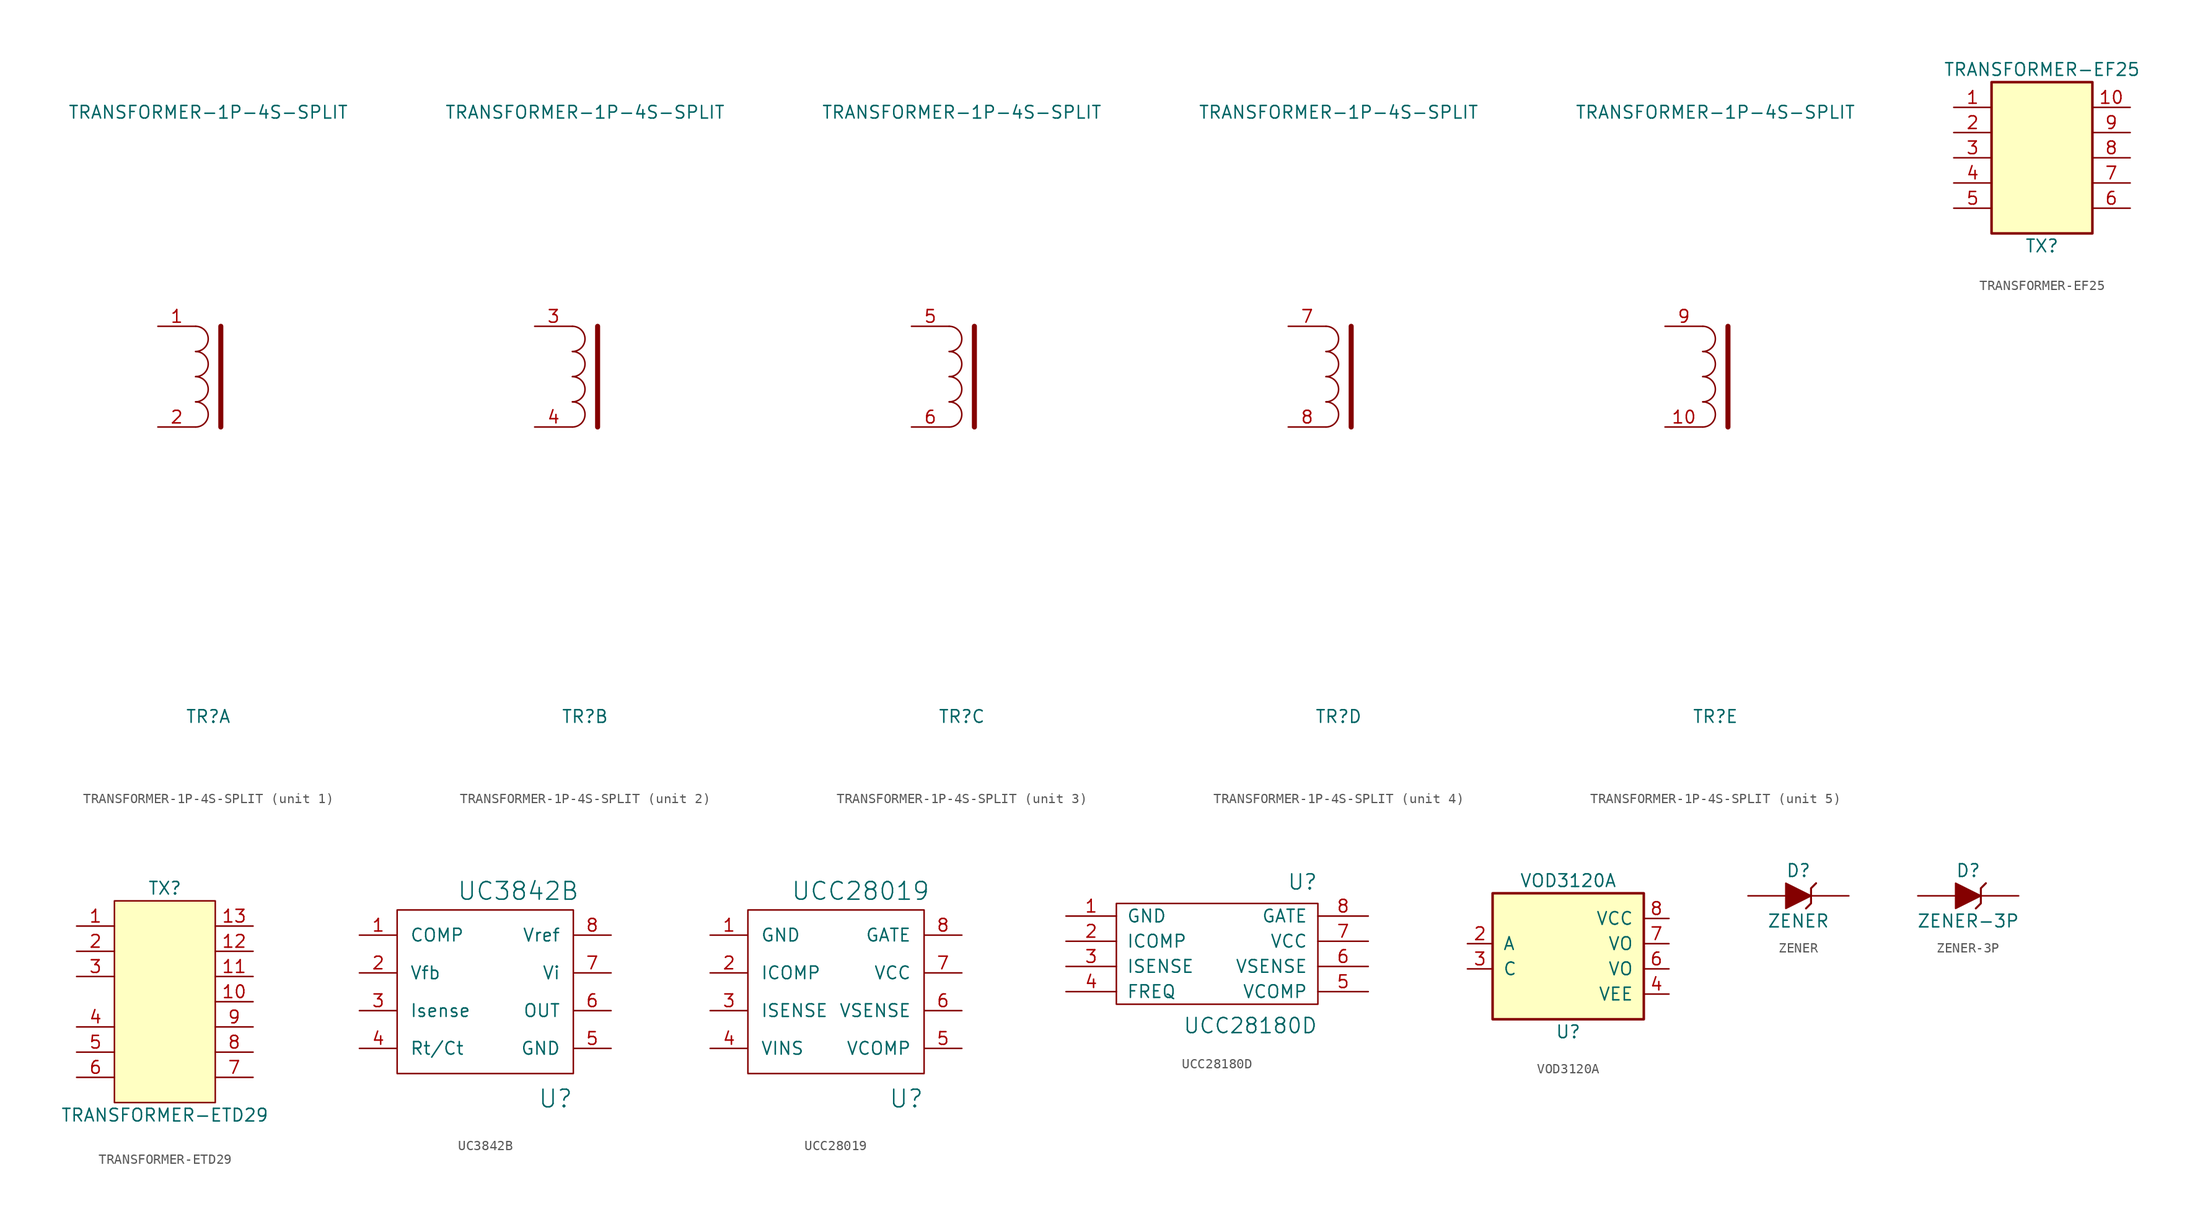
<source format=kicad_sym>
(kicad_symbol_lib
  (version 20211014)
  (generator kicad_symbol_editor)
  (symbol "TRANSFORMER-1P-4S-SPLIT"
    (pin_names
      (offset 1.016))
    (property "Reference" "TR"
      (at 0 -34.29 0)
      (effects (font (size 1.27 1.27))))
    (property "Value" "TRANSFORMER-1P-4S-SPLIT"
      (at 0 26.67 0)
      (effects (font (size 1.27 1.27))))
    (symbol "TRANSFORMER-1P-4S-SPLIT_0_1"
      (arc (start -1.27 -5.08) (mid 0 -3.81) (end -1.27 -2.54) (stroke (width 0) (type default) (color 0 0 0 0)) (fill (type none)))
      (arc (start -1.27 -2.54) (mid 0 -1.27) (end -1.27 0) (stroke (width 0) (type default) (color 0 0 0 0)) (fill (type none)))
      (arc (start -1.27 0) (mid 0 1.27) (end -1.27 2.54) (stroke (width 0) (type default) (color 0 0 0 0)) (fill (type none)))
      (arc (start -1.27 2.54) (mid 0 3.81) (end -1.27 5.08) (stroke (width 0) (type default) (color 0 0 0 0)) (fill (type none)))
      (polyline (pts (xy 1.27 5.08) (xy 1.27 -5.08)) (stroke (width 0.508) (type default) (color 0 0 0 0)) (fill (type none))))
    (symbol "TRANSFORMER-1P-4S-SPLIT_1_1"
      (pin passive line (at -5.08 5.08 0) (length 3.81) (name "~" (effects (font (size 1.27 1.27)))) (number "1" (effects (font (size 1.27 1.27)))))
      (pin passive line (at -5.08 -5.08 0) (length 3.81) (name "~" (effects (font (size 1.27 1.27)))) (number "2" (effects (font (size 1.27 1.27))))))
    (symbol "TRANSFORMER-1P-4S-SPLIT_2_1"
      (pin passive line (at -5.08 5.08 0) (length 3.81) (name "~" (effects (font (size 1.27 1.27)))) (number "3" (effects (font (size 1.27 1.27)))))
      (pin passive line (at -5.08 -5.08 0) (length 3.81) (name "~" (effects (font (size 1.27 1.27)))) (number "4" (effects (font (size 1.27 1.27))))))
    (symbol "TRANSFORMER-1P-4S-SPLIT_3_1"
      (pin passive line (at -5.08 5.08 0) (length 3.81) (name "~" (effects (font (size 1.27 1.27)))) (number "5" (effects (font (size 1.27 1.27)))))
      (pin passive line (at -5.08 -5.08 0) (length 3.81) (name "~" (effects (font (size 1.27 1.27)))) (number "6" (effects (font (size 1.27 1.27))))))
    (symbol "TRANSFORMER-1P-4S-SPLIT_4_1"
      (pin passive line (at -5.08 5.08 0) (length 3.81) (name "~" (effects (font (size 1.27 1.27)))) (number "7" (effects (font (size 1.27 1.27)))))
      (pin passive line (at -5.08 -5.08 0) (length 3.81) (name "~" (effects (font (size 1.27 1.27)))) (number "8" (effects (font (size 1.27 1.27))))))
    (symbol "TRANSFORMER-1P-4S-SPLIT_5_1"
      (pin passive line (at -5.08 -5.08 0) (length 3.81) (name "~" (effects (font (size 1.27 1.27)))) (number "10" (effects (font (size 1.27 1.27)))))
      (pin passive line (at -5.08 5.08 0) (length 3.81) (name "~" (effects (font (size 1.27 1.27)))) (number "9" (effects (font (size 1.27 1.27)))))))
  (symbol "TRANSFORMER-EF25"
    (pin_names
      (offset 1.016))
    (property "Reference" "TX"
      (at 0 -8.89 0)
      (effects (font (size 1.27 1.27))))
    (property "Value" "TRANSFORMER-EF25"
      (at 0 8.89 0)
      (effects (font (size 1.27 1.27))))
    (symbol "TRANSFORMER-EF25_0_1"
      (rectangle (start -5.08 7.62) (end 5.08 -7.62) (stroke (width 0.254) (type default) (color 0 0 0 0)) (fill (type background))))
    (symbol "TRANSFORMER-EF25_1_1"
      (pin passive line (at -8.89 5.08 0) (length 3.81) (name "~" (effects (font (size 1.27 1.27)))) (number "1" (effects (font (size 1.27 1.27)))))
      (pin passive line (at 8.89 5.08 180) (length 3.81) (name "~" (effects (font (size 1.27 1.27)))) (number "10" (effects (font (size 1.27 1.27)))))
      (pin passive line (at -8.89 2.54 0) (length 3.81) (name "~" (effects (font (size 1.27 1.27)))) (number "2" (effects (font (size 1.27 1.27)))))
      (pin passive line (at -8.89 0 0) (length 3.81) (name "~" (effects (font (size 1.27 1.27)))) (number "3" (effects (font (size 1.27 1.27)))))
      (pin passive line (at -8.89 -2.54 0) (length 3.81) (name "~" (effects (font (size 1.27 1.27)))) (number "4" (effects (font (size 1.27 1.27)))))
      (pin passive line (at -8.89 -5.08 0) (length 3.81) (name "~" (effects (font (size 1.27 1.27)))) (number "5" (effects (font (size 1.27 1.27)))))
      (pin passive line (at 8.89 -5.08 180) (length 3.81) (name "~" (effects (font (size 1.27 1.27)))) (number "6" (effects (font (size 1.27 1.27)))))
      (pin passive line (at 8.89 -2.54 180) (length 3.81) (name "~" (effects (font (size 1.27 1.27)))) (number "7" (effects (font (size 1.27 1.27)))))
      (pin passive line (at 8.89 0 180) (length 3.81) (name "~" (effects (font (size 1.27 1.27)))) (number "8" (effects (font (size 1.27 1.27)))))
      (pin passive line (at 8.89 2.54 180) (length 3.81) (name "~" (effects (font (size 1.27 1.27)))) (number "9" (effects (font (size 1.27 1.27)))))))
  (symbol "TRANSFORMER-ETD29"
    (pin_names
      (offset 1.016))
    (property "Reference" "TX"
      (at 0 11.43 0)
      (effects (font (size 1.27 1.27))))
    (property "Value" "TRANSFORMER-ETD29"
      (at 0 -11.43 0)
      (effects (font (size 1.27 1.27))))
    (symbol "TRANSFORMER-ETD29_0_1"
      (rectangle (start -5.08 10.16) (end 5.08 -10.16) (stroke (width 0) (type default) (color 0 0 0 0)) (fill (type background))))
    (symbol "TRANSFORMER-ETD29_1_1"
      (pin passive line (at -8.89 7.62 0) (length 3.81) (name "~" (effects (font (size 1.27 1.27)))) (number "1" (effects (font (size 1.27 1.27)))))
      (pin passive line (at 8.89 0 180) (length 3.81) (name "~" (effects (font (size 1.27 1.27)))) (number "10" (effects (font (size 1.27 1.27)))))
      (pin passive line (at 8.89 2.54 180) (length 3.81) (name "~" (effects (font (size 1.27 1.27)))) (number "11" (effects (font (size 1.27 1.27)))))
      (pin passive line (at 8.89 5.08 180) (length 3.81) (name "~" (effects (font (size 1.27 1.27)))) (number "12" (effects (font (size 1.27 1.27)))))
      (pin passive line (at 8.89 7.62 180) (length 3.81) (name "~" (effects (font (size 1.27 1.27)))) (number "13" (effects (font (size 1.27 1.27)))))
      (pin passive line (at -8.89 5.08 0) (length 3.81) (name "~" (effects (font (size 1.27 1.27)))) (number "2" (effects (font (size 1.27 1.27)))))
      (pin passive line (at -8.89 2.54 0) (length 3.81) (name "~" (effects (font (size 1.27 1.27)))) (number "3" (effects (font (size 1.27 1.27)))))
      (pin passive line (at -8.89 -2.54 0) (length 3.81) (name "~" (effects (font (size 1.27 1.27)))) (number "4" (effects (font (size 1.27 1.27)))))
      (pin passive line (at -8.89 -5.08 0) (length 3.81) (name "~" (effects (font (size 1.27 1.27)))) (number "5" (effects (font (size 1.27 1.27)))))
      (pin passive line (at -8.89 -7.62 0) (length 3.81) (name "~" (effects (font (size 1.27 1.27)))) (number "6" (effects (font (size 1.27 1.27)))))
      (pin passive line (at 8.89 -7.62 180) (length 3.81) (name "~" (effects (font (size 1.27 1.27)))) (number "7" (effects (font (size 1.27 1.27)))))
      (pin passive line (at 8.89 -5.08 180) (length 3.81) (name "~" (effects (font (size 1.27 1.27)))) (number "8" (effects (font (size 1.27 1.27)))))
      (pin passive line (at 8.89 -2.54 180) (length 3.81) (name "~" (effects (font (size 1.27 1.27)))) (number "9" (effects (font (size 1.27 1.27)))))))
  (symbol "UC3842B"
    (pin_names
      (offset 1.27))
    (property "Reference" "U"
      (at 8.89 -11.43 0)
      (effects (font (size 1.778 1.778)) (justify right)))
    (property "Value" "UC3842B"
      (at 9.525 9.525 0)
      (effects (font (size 1.778 1.778)) (justify right)))
    (property "Footprint" ""
      (at 0 0 0)
      (effects (font (size 1.524 1.524))))
    (property "Datasheet" ""
      (at 0 0 0)
      (effects (font (size 1.524 1.524))))
    (symbol "UC3842B_0_1"
      (rectangle (start -8.89 -8.89) (end 8.89 7.62) (stroke (width 0) (type default) (color 0 0 0 0)) (fill (type none))))
    (symbol "UC3842B_1_1"
      (pin input line (at -12.7 5.08 0) (length 3.81) (name "COMP" (effects (font (size 1.27 1.27)))) (number "1" (effects (font (size 1.27 1.27)))))
      (pin input line (at -12.7 1.27 0) (length 3.81) (name "Vfb" (effects (font (size 1.27 1.27)))) (number "2" (effects (font (size 1.27 1.27)))))
      (pin input line (at -12.7 -2.54 0) (length 3.81) (name "Isense" (effects (font (size 1.27 1.27)))) (number "3" (effects (font (size 1.27 1.27)))))
      (pin input line (at -12.7 -6.35 0) (length 3.81) (name "Rt/Ct" (effects (font (size 1.27 1.27)))) (number "4" (effects (font (size 1.27 1.27)))))
      (pin passive line (at 12.7 -6.35 180) (length 3.81) (name "GND" (effects (font (size 1.27 1.27)))) (number "5" (effects (font (size 1.27 1.27)))))
      (pin power_in line (at 12.7 -2.54 180) (length 3.81) (name "OUT" (effects (font (size 1.27 1.27)))) (number "6" (effects (font (size 1.27 1.27)))))
      (pin output line (at 12.7 1.27 180) (length 3.81) (name "Vi" (effects (font (size 1.27 1.27)))) (number "7" (effects (font (size 1.27 1.27)))))
      (pin power_in line (at 12.7 5.08 180) (length 3.81) (name "Vref" (effects (font (size 1.27 1.27)))) (number "8" (effects (font (size 1.27 1.27)))))))
  (symbol "UCC28019"
    (pin_names
      (offset 1.27))
    (property "Reference" "U"
      (at 8.89 -11.43 0)
      (effects (font (size 1.778 1.778)) (justify right)))
    (property "Value" "UCC28019"
      (at 9.525 9.525 0)
      (effects (font (size 1.778 1.778)) (justify right)))
    (property "Footprint" ""
      (at 0 0 0)
      (effects (font (size 1.524 1.524))))
    (property "Datasheet" ""
      (at 0 0 0)
      (effects (font (size 1.524 1.524))))
    (symbol "UCC28019_0_1"
      (rectangle (start -8.89 -8.89) (end 8.89 7.62) (stroke (width 0) (type default) (color 0 0 0 0)) (fill (type none))))
    (symbol "UCC28019_1_1"
      (pin power_in line (at -12.7 5.08 0) (length 3.81) (name "GND" (effects (font (size 1.27 1.27)))) (number "1" (effects (font (size 1.27 1.27)))))
      (pin input line (at -12.7 1.27 0) (length 3.81) (name "ICOMP" (effects (font (size 1.27 1.27)))) (number "2" (effects (font (size 1.27 1.27)))))
      (pin input line (at -12.7 -2.54 0) (length 3.81) (name "ISENSE" (effects (font (size 1.27 1.27)))) (number "3" (effects (font (size 1.27 1.27)))))
      (pin input line (at -12.7 -6.35 0) (length 3.81) (name "VINS" (effects (font (size 1.27 1.27)))) (number "4" (effects (font (size 1.27 1.27)))))
      (pin passive line (at 12.7 -6.35 180) (length 3.81) (name "VCOMP" (effects (font (size 1.27 1.27)))) (number "5" (effects (font (size 1.27 1.27)))))
      (pin input line (at 12.7 -2.54 180) (length 3.81) (name "VSENSE" (effects (font (size 1.27 1.27)))) (number "6" (effects (font (size 1.27 1.27)))))
      (pin power_in line (at 12.7 1.27 180) (length 3.81) (name "VCC" (effects (font (size 1.27 1.27)))) (number "7" (effects (font (size 1.27 1.27)))))
      (pin power_out line (at 12.7 5.08 180) (length 3.81) (name "GATE" (effects (font (size 1.27 1.27)))) (number "8" (effects (font (size 1.27 1.27)))))))
  (symbol "UCC28180D"
    (pin_names
      (offset 1.016))
    (property "Reference" "U"
      (at 10.16 6.35 0)
      (effects (font (size 1.524 1.524)) (justify right bottom)))
    (property "Value" "UCC28180D"
      (at 10.16 -6.35 0)
      (effects (font (size 1.524 1.524)) (justify right top)))
    (symbol "UCC28180D_0_1"
      (rectangle (start -10.16 5.08) (end 10.16 -5.08) (stroke (width 0) (type default) (color 0 0 0 0)) (fill (type none))))
    (symbol "UCC28180D_1_1"
      (pin power_out line (at -15.24 3.81 0) (length 5.08) (name "GND" (effects (font (size 1.27 1.27)))) (number "1" (effects (font (size 1.27 1.27)))))
      (pin output line (at -15.24 1.27 0) (length 5.08) (name "ICOMP" (effects (font (size 1.27 1.27)))) (number "2" (effects (font (size 1.27 1.27)))))
      (pin input line (at -15.24 -1.27 0) (length 5.08) (name "ISENSE" (effects (font (size 1.27 1.27)))) (number "3" (effects (font (size 1.27 1.27)))))
      (pin input line (at -15.24 -3.81 0) (length 5.08) (name "FREQ" (effects (font (size 1.27 1.27)))) (number "4" (effects (font (size 1.27 1.27)))))
      (pin output line (at 15.24 -3.81 180) (length 5.08) (name "VCOMP" (effects (font (size 1.27 1.27)))) (number "5" (effects (font (size 1.27 1.27)))))
      (pin input line (at 15.24 -1.27 180) (length 5.08) (name "VSENSE" (effects (font (size 1.27 1.27)))) (number "6" (effects (font (size 1.27 1.27)))))
      (pin power_in line (at 15.24 1.27 180) (length 5.08) (name "VCC" (effects (font (size 1.27 1.27)))) (number "7" (effects (font (size 1.27 1.27)))))
      (pin output line (at 15.24 3.81 180) (length 5.08) (name "GATE" (effects (font (size 1.27 1.27)))) (number "8" (effects (font (size 1.27 1.27)))))))
  (symbol "VOD3120A"
    (pin_names
      (offset 1.016))
    (property "Reference" "U"
      (at 0 -7.62 0)
      (effects (font (size 1.27 1.27))))
    (property "Value" "VOD3120A"
      (at 0 7.62 0)
      (effects (font (size 1.27 1.27))))
    (symbol "VOD3120A_0_1"
      (rectangle (start -7.62 6.35) (end 7.62 -6.35) (stroke (width 0.254) (type default) (color 0 0 0 0)) (fill (type background))))
    (symbol "VOD3120A_1_1"
      (pin no_connect line (at -10.16 3.81 0) (length 2.54) hide (name "NC" (effects (font (size 1.27 1.27)))) (number "1" (effects (font (size 1.27 1.27)))))
      (pin passive line (at -10.16 1.27 0) (length 2.54) (name "A" (effects (font (size 1.27 1.27)))) (number "2" (effects (font (size 1.27 1.27)))))
      (pin passive line (at -10.16 -1.27 0) (length 2.54) (name "C" (effects (font (size 1.27 1.27)))) (number "3" (effects (font (size 1.27 1.27)))))
      (pin no_connect line (at -10.16 -3.81 0) (length 2.54) hide (name "NC" (effects (font (size 1.27 1.27)))) (number "4" (effects (font (size 1.27 1.27)))))
      (pin power_in line (at 10.16 -3.81 180) (length 2.54) (name "VEE" (effects (font (size 1.27 1.27)))) (number "4" (effects (font (size 1.27 1.27)))))
      (pin output line (at 10.16 -1.27 180) (length 2.54) (name "VO" (effects (font (size 1.27 1.27)))) (number "6" (effects (font (size 1.27 1.27)))))
      (pin output line (at 10.16 1.27 180) (length 2.54) (name "VO" (effects (font (size 1.27 1.27)))) (number "7" (effects (font (size 1.27 1.27)))))
      (pin power_in line (at 10.16 3.81 180) (length 2.54) (name "VCC" (effects (font (size 1.27 1.27)))) (number "8" (effects (font (size 1.27 1.27)))))))
  (symbol "ZENER"
    (pin_numbers hide)
    (pin_names
      (offset 1.016) hide)
    (property "Reference" "D"
      (at 0 2.54 0)
      (effects (font (size 1.27 1.27))))
    (property "Value" "ZENER"
      (at 0 -2.54 0)
      (effects (font (size 1.27 1.27))))
    (property "Footprint" ""
      (at 0 0 0)
      (effects (font (size 1.524 1.524))))
    (property "Datasheet" ""
      (at 0 0 0)
      (effects (font (size 1.524 1.524))))
    (symbol "ZENER_0_1"
      (polyline (pts (xy 1.27 0) (xy -1.27 1.27) (xy -1.27 -1.27) (xy 1.27 0) (xy 1.27 0)) (stroke (width 0) (type default) (color 0 0 0 0)) (fill (type outline)))
      (polyline (pts (xy 1.778 1.27) (xy 1.27 0.762) (xy 1.27 -0.762) (xy 0.762 -1.27) (xy 0.762 -1.27)) (stroke (width 0.203) (type default) (color 0 0 0 0)) (fill (type none))))
    (symbol "ZENER_1_1"
      (pin passive line (at -5.08 0 0) (length 3.81) (name "A" (effects (font (size 1.016 1.016)))) (number "1" (effects (font (size 1.016 1.016)))))
      (pin no_connect line (at 1.27 2.54 180) (length 3.81) hide (name "NC" (effects (font (size 1.016 1.016)))) (number "2" (effects (font (size 1.016 1.016)))))
      (pin passive line (at 5.08 0 180) (length 3.81) (name "K" (effects (font (size 1.016 1.016)))) (number "3" (effects (font (size 1.016 1.016)))))))
  (symbol "ZENER-3P"
    (pin_numbers hide)
    (pin_names
      (offset 1.016) hide)
    (property "Reference" "D"
      (at 0 2.54 0)
      (effects (font (size 1.27 1.27))))
    (property "Value" "ZENER-3P"
      (at 0 -2.54 0)
      (effects (font (size 1.27 1.27))))
    (property "Footprint" ""
      (at 0 0 0)
      (effects (font (size 1.524 1.524))))
    (property "Datasheet" ""
      (at 0 0 0)
      (effects (font (size 1.524 1.524))))
    (symbol "ZENER-3P_0_1"
      (polyline (pts (xy 1.27 0) (xy -1.27 1.27) (xy -1.27 -1.27) (xy 1.27 0) (xy 1.27 0)) (stroke (width 0) (type default) (color 0 0 0 0)) (fill (type outline)))
      (polyline (pts (xy 1.778 1.27) (xy 1.27 0.762) (xy 1.27 -0.762) (xy 0.762 -1.27) (xy 0.762 -1.27)) (stroke (width 0.203) (type default) (color 0 0 0 0)) (fill (type none))))
    (symbol "ZENER-3P_1_1"
      (pin passive line (at -5.08 0 0) (length 3.81) (name "A" (effects (font (size 1.016 1.016)))) (number "1" (effects (font (size 1.016 1.016)))))
      (pin no_connect line (at 1.27 2.54 180) (length 3.81) hide (name "NC" (effects (font (size 1.016 1.016)))) (number "2" (effects (font (size 1.016 1.016)))))
      (pin passive line (at 5.08 0 180) (length 3.81) (name "K" (effects (font (size 1.016 1.016)))) (number "3" (effects (font (size 1.016 1.016))))))))
</source>
